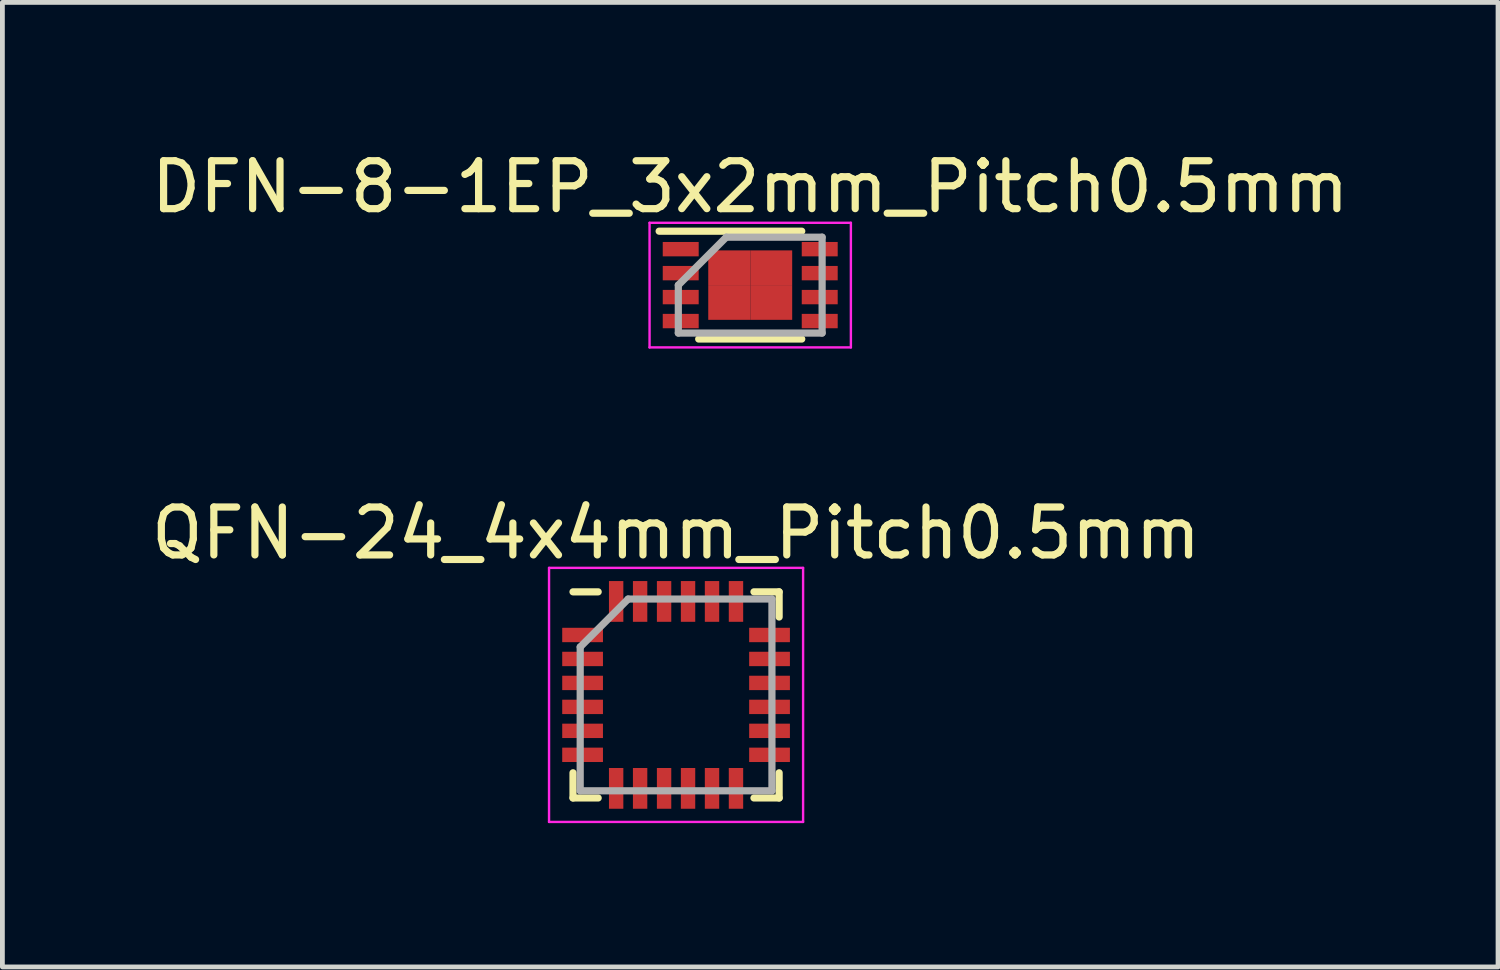
<source format=kicad_pcb>
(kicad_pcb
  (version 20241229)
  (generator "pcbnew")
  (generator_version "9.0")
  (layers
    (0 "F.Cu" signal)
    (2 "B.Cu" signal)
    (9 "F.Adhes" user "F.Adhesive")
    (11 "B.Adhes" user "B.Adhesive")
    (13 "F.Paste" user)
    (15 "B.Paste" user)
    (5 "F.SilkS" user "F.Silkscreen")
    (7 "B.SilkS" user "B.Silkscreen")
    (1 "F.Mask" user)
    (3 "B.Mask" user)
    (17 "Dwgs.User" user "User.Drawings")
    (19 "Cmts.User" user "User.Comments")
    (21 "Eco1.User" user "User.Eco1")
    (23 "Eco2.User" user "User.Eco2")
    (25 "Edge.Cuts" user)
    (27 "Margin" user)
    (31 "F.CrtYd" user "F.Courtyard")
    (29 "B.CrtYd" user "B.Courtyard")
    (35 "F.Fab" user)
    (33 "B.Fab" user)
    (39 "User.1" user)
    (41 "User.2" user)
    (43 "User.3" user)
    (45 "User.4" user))
  (footprint "DFN-8-1EP_3x2mm_Pitch0.5mm"
    (layer "F.Cu")
    (at 12.601 2.898)
    (property "Reference" "DFN-8-1EP_3x2mm_Pitch0.5mm" (at 0 -2.05 0) (layer "F.SilkS") (effects (font (size 1 1) (thickness 0.15))))
    (attr smd)
    (fp_line (start -1.9 -1.125) (end 1.075 -1.125) (stroke (width 0.15) (type solid)) (layer "F.SilkS"))
    (fp_line (start -1.075 1.125) (end 1.075 1.125) (stroke (width 0.15) (type solid)) (layer "F.SilkS"))
    (fp_line (start -2.1 -1.3) (end -2.1 1.3) (stroke (width 0.05) (type solid)) (layer "F.CrtYd"))
    (fp_line (start -2.1 -1.3) (end 2.1 -1.3) (stroke (width 0.05) (type solid)) (layer "F.CrtYd"))
    (fp_line (start -2.1 1.3) (end 2.1 1.3) (stroke (width 0.05) (type solid)) (layer "F.CrtYd"))
    (fp_line (start 2.1 -1.3) (end 2.1 1.3) (stroke (width 0.05) (type solid)) (layer "F.CrtYd"))
    (fp_line (start -1.5 0) (end -0.5 -1) (stroke (width 0.15) (type solid)) (layer "F.Fab"))
    (fp_line (start -1.5 1) (end -1.5 0) (stroke (width 0.15) (type solid)) (layer "F.Fab"))
    (fp_line (start -0.5 -1) (end 1.5 -1) (stroke (width 0.15) (type solid)) (layer "F.Fab"))
    (fp_line (start 1.5 -1) (end 1.5 1) (stroke (width 0.15) (type solid)) (layer "F.Fab"))
    (fp_line (start 1.5 1) (end -1.5 1) (stroke (width 0.15) (type solid)) (layer "F.Fab"))
    (pad "1" smd rect (at -1.45 -0.75) (size 0.75 0.3) (layers "F.Cu" "F.Mask" "F.Paste"))
    (pad "2" smd rect (at -1.45 -0.25) (size 0.75 0.3) (layers "F.Cu" "F.Mask" "F.Paste"))
    (pad "3" smd rect (at -1.45 0.25) (size 0.75 0.3) (layers "F.Cu" "F.Mask" "F.Paste"))
    (pad "4" smd rect (at -1.45 0.75) (size 0.75 0.3) (layers "F.Cu" "F.Mask" "F.Paste"))
    (pad "5" smd rect (at 1.45 0.75) (size 0.75 0.3) (layers "F.Cu" "F.Mask" "F.Paste"))
    (pad "6" smd rect (at 1.45 0.25) (size 0.75 0.3) (layers "F.Cu" "F.Mask" "F.Paste"))
    (pad "7" smd rect (at 1.45 -0.25) (size 0.75 0.3) (layers "F.Cu" "F.Mask" "F.Paste"))
    (pad "8" smd rect (at 1.45 -0.75) (size 0.75 0.3) (layers "F.Cu" "F.Mask" "F.Paste"))
    (pad "9" smd rect (at -0.438 -0.362) (size 0.875 0.725) (layers "F.Cu" "F.Mask" "F.Paste"))
    (pad "9" smd rect (at -0.438 0.362) (size 0.875 0.725) (layers "F.Cu" "F.Mask" "F.Paste"))
    (pad "9" smd rect (at 0.438 -0.362) (size 0.875 0.725) (layers "F.Cu" "F.Mask" "F.Paste"))
    (pad "9" smd rect (at 0.438 0.362) (size 0.875 0.725) (layers "F.Cu" "F.Mask" "F.Paste")))
  (footprint "QFN-24_4x4mm_Pitch0.5mm"
    (layer "F.Cu")
    (at 11.054 11.447)
    (property "Reference" "QFN-24_4x4mm_Pitch0.5mm" (at 0 -3.375 0) (layer "F.SilkS") (effects (font (size 1 1) (thickness 0.15))))
    (attr smd)
    (fp_line (start -2.15 -2.15) (end -1.625 -2.15) (stroke (width 0.15) (type solid)) (layer "F.SilkS"))
    (fp_line (start -2.15 2.15) (end -2.15 1.625) (stroke (width 0.15) (type solid)) (layer "F.SilkS"))
    (fp_line (start -2.15 2.15) (end -1.625 2.15) (stroke (width 0.15) (type solid)) (layer "F.SilkS"))
    (fp_line (start 2.15 -2.15) (end 1.625 -2.15) (stroke (width 0.15) (type solid)) (layer "F.SilkS"))
    (fp_line (start 2.15 -2.15) (end 2.15 -1.625) (stroke (width 0.15) (type solid)) (layer "F.SilkS"))
    (fp_line (start 2.15 2.15) (end 1.625 2.15) (stroke (width 0.15) (type solid)) (layer "F.SilkS"))
    (fp_line (start 2.15 2.15) (end 2.15 1.625) (stroke (width 0.15) (type solid)) (layer "F.SilkS"))
    (fp_line (start -2.65 -2.65) (end -2.65 2.65) (stroke (width 0.05) (type solid)) (layer "F.CrtYd"))
    (fp_line (start -2.65 -2.65) (end 2.65 -2.65) (stroke (width 0.05) (type solid)) (layer "F.CrtYd"))
    (fp_line (start -2.65 2.65) (end 2.65 2.65) (stroke (width 0.05) (type solid)) (layer "F.CrtYd"))
    (fp_line (start 2.65 -2.65) (end 2.65 2.65) (stroke (width 0.05) (type solid)) (layer "F.CrtYd"))
    (fp_line (start -2 -1) (end -1 -2) (stroke (width 0.15) (type solid)) (layer "F.Fab"))
    (fp_line (start -2 2) (end -2 -1) (stroke (width 0.15) (type solid)) (layer "F.Fab"))
    (fp_line (start -1 -2) (end 2 -2) (stroke (width 0.15) (type solid)) (layer "F.Fab"))
    (fp_line (start 2 -2) (end 2 2) (stroke (width 0.15) (type solid)) (layer "F.Fab"))
    (fp_line (start 2 2) (end -2 2) (stroke (width 0.15) (type solid)) (layer "F.Fab"))
    (pad "1" smd rect (at -1.95 -1.25) (size 0.85 0.3) (layers "F.Cu" "F.Mask" "F.Paste"))
    (pad "2" smd rect (at -1.95 -0.75) (size 0.85 0.3) (layers "F.Cu" "F.Mask" "F.Paste"))
    (pad "3" smd rect (at -1.95 -0.25) (size 0.85 0.3) (layers "F.Cu" "F.Mask" "F.Paste"))
    (pad "4" smd rect (at -1.95 0.25) (size 0.85 0.3) (layers "F.Cu" "F.Mask" "F.Paste"))
    (pad "5" smd rect (at -1.95 0.75) (size 0.85 0.3) (layers "F.Cu" "F.Mask" "F.Paste"))
    (pad "6" smd rect (at -1.95 1.25) (size 0.85 0.3) (layers "F.Cu" "F.Mask" "F.Paste"))
    (pad "7" smd rect (at -1.25 1.95 90) (size 0.85 0.3) (layers "F.Cu" "F.Mask" "F.Paste"))
    (pad "8" smd rect (at -0.75 1.95 90) (size 0.85 0.3) (layers "F.Cu" "F.Mask" "F.Paste"))
    (pad "9" smd rect (at -0.25 1.95 90) (size 0.85 0.3) (layers "F.Cu" "F.Mask" "F.Paste"))
    (pad "10" smd rect (at 0.25 1.95 90) (size 0.85 0.3) (layers "F.Cu" "F.Mask" "F.Paste"))
    (pad "11" smd rect (at 0.75 1.95 90) (size 0.85 0.3) (layers "F.Cu" "F.Mask" "F.Paste"))
    (pad "12" smd rect (at 1.25 1.95 90) (size 0.85 0.3) (layers "F.Cu" "F.Mask" "F.Paste"))
    (pad "13" smd rect (at 1.95 1.25) (size 0.85 0.3) (layers "F.Cu" "F.Mask" "F.Paste"))
    (pad "14" smd rect (at 1.95 0.75) (size 0.85 0.3) (layers "F.Cu" "F.Mask" "F.Paste"))
    (pad "15" smd rect (at 1.95 0.25) (size 0.85 0.3) (layers "F.Cu" "F.Mask" "F.Paste"))
    (pad "16" smd rect (at 1.95 -0.25) (size 0.85 0.3) (layers "F.Cu" "F.Mask" "F.Paste"))
    (pad "17" smd rect (at 1.95 -0.75) (size 0.85 0.3) (layers "F.Cu" "F.Mask" "F.Paste"))
    (pad "18" smd rect (at 1.95 -1.25) (size 0.85 0.3) (layers "F.Cu" "F.Mask" "F.Paste"))
    (pad "19" smd rect (at 1.25 -1.95 90) (size 0.85 0.3) (layers "F.Cu" "F.Mask" "F.Paste"))
    (pad "20" smd rect (at 0.75 -1.95 90) (size 0.85 0.3) (layers "F.Cu" "F.Mask" "F.Paste"))
    (pad "21" smd rect (at 0.25 -1.95 90) (size 0.85 0.3) (layers "F.Cu" "F.Mask" "F.Paste"))
    (pad "22" smd rect (at -0.25 -1.95 90) (size 0.85 0.3) (layers "F.Cu" "F.Mask" "F.Paste"))
    (pad "23" smd rect (at -0.75 -1.95 90) (size 0.85 0.3) (layers "F.Cu" "F.Mask" "F.Paste"))
    (pad "24" smd rect (at -1.25 -1.95 90) (size 0.85 0.3) (layers "F.Cu" "F.Mask" "F.Paste")))
  (gr_rect
    (start -3 -3)
    (end 28.202 17.122)
    (stroke (width 0.1) (type default))
    (fill no)
    (layer "Edge.Cuts")))
</source>
